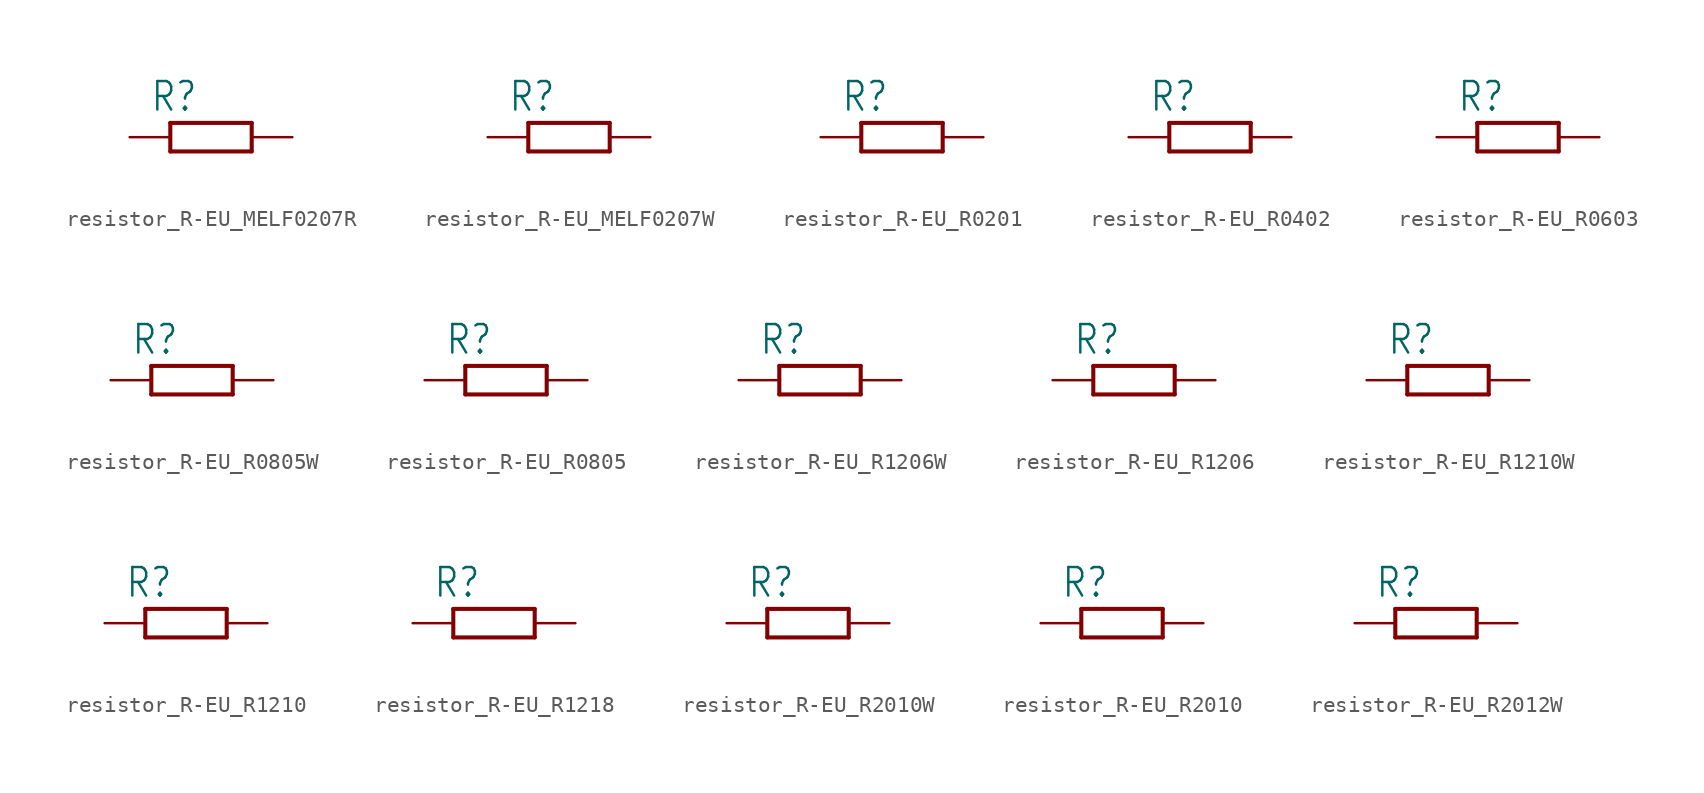
<source format=kicad_sym>
(kicad_symbol_lib
  (version 20220914)
  (generator kicad_symbol_editor)
  (symbol "resistor_R-EU_MELF0207R"
    (property "Reference" "R"
      (at -3.81 1.499 0)
      (effects (font (size 1.778 1.511)) (justify left bottom)))
    (property "Value" ""
      (at -3.81 -3.302 0)
      (effects (font (size 1.778 1.511)) (justify left bottom)))
    (property "ki_locked" ""
      (at 0 0 0)
      (effects (font (size 1.27 1.27))))
    (symbol "resistor_R-EU_MELF0207R_1_0"
      (polyline (pts (xy -2.54 -0.889) (xy -2.54 0.889)) (stroke (width 0.254) (type solid)) (fill (type none)))
      (polyline (pts (xy -2.54 -0.889) (xy 2.54 -0.889)) (stroke (width 0.254) (type solid)) (fill (type none)))
      (polyline (pts (xy 2.54 -0.889) (xy 2.54 0.889)) (stroke (width 0.254) (type solid)) (fill (type none)))
      (polyline (pts (xy 2.54 0.889) (xy -2.54 0.889)) (stroke (width 0.254) (type solid)) (fill (type none)))
      (pin passive line (at -5.08 0 0) (length 2.54) (name "1" (effects (font (size 0 0)))) (number "1" (effects (font (size 0 0)))))
      (pin passive line (at 5.08 0 180) (length 2.54) (name "2" (effects (font (size 0 0)))) (number "2" (effects (font (size 0 0)))))))
  (symbol "resistor_R-EU_MELF0207W"
    (property "Reference" "R"
      (at -3.81 1.499 0)
      (effects (font (size 1.778 1.511)) (justify left bottom)))
    (property "Value" ""
      (at -3.81 -3.302 0)
      (effects (font (size 1.778 1.511)) (justify left bottom)))
    (property "ki_locked" ""
      (at 0 0 0)
      (effects (font (size 1.27 1.27))))
    (symbol "resistor_R-EU_MELF0207W_1_0"
      (polyline (pts (xy -2.54 -0.889) (xy -2.54 0.889)) (stroke (width 0.254) (type solid)) (fill (type none)))
      (polyline (pts (xy -2.54 -0.889) (xy 2.54 -0.889)) (stroke (width 0.254) (type solid)) (fill (type none)))
      (polyline (pts (xy 2.54 -0.889) (xy 2.54 0.889)) (stroke (width 0.254) (type solid)) (fill (type none)))
      (polyline (pts (xy 2.54 0.889) (xy -2.54 0.889)) (stroke (width 0.254) (type solid)) (fill (type none)))
      (pin passive line (at -5.08 0 0) (length 2.54) (name "1" (effects (font (size 0 0)))) (number "1" (effects (font (size 0 0)))))
      (pin passive line (at 5.08 0 180) (length 2.54) (name "2" (effects (font (size 0 0)))) (number "2" (effects (font (size 0 0)))))))
  (symbol "resistor_R-EU_R0201"
    (property "Reference" "R"
      (at -3.81 1.499 0)
      (effects (font (size 1.778 1.511)) (justify left bottom)))
    (property "Value" ""
      (at -3.81 -3.302 0)
      (effects (font (size 1.778 1.511)) (justify left bottom)))
    (property "ki_locked" ""
      (at 0 0 0)
      (effects (font (size 1.27 1.27))))
    (symbol "resistor_R-EU_R0201_1_0"
      (polyline (pts (xy -2.54 -0.889) (xy -2.54 0.889)) (stroke (width 0.254) (type solid)) (fill (type none)))
      (polyline (pts (xy -2.54 -0.889) (xy 2.54 -0.889)) (stroke (width 0.254) (type solid)) (fill (type none)))
      (polyline (pts (xy 2.54 -0.889) (xy 2.54 0.889)) (stroke (width 0.254) (type solid)) (fill (type none)))
      (polyline (pts (xy 2.54 0.889) (xy -2.54 0.889)) (stroke (width 0.254) (type solid)) (fill (type none)))
      (pin passive line (at -5.08 0 0) (length 2.54) (name "1" (effects (font (size 0 0)))) (number "1" (effects (font (size 0 0)))))
      (pin passive line (at 5.08 0 180) (length 2.54) (name "2" (effects (font (size 0 0)))) (number "2" (effects (font (size 0 0)))))))
  (symbol "resistor_R-EU_R0402"
    (property "Reference" "R"
      (at -3.81 1.499 0)
      (effects (font (size 1.778 1.511)) (justify left bottom)))
    (property "Value" ""
      (at -3.81 -3.302 0)
      (effects (font (size 1.778 1.511)) (justify left bottom)))
    (property "ki_locked" ""
      (at 0 0 0)
      (effects (font (size 1.27 1.27))))
    (symbol "resistor_R-EU_R0402_1_0"
      (polyline (pts (xy -2.54 -0.889) (xy -2.54 0.889)) (stroke (width 0.254) (type solid)) (fill (type none)))
      (polyline (pts (xy -2.54 -0.889) (xy 2.54 -0.889)) (stroke (width 0.254) (type solid)) (fill (type none)))
      (polyline (pts (xy 2.54 -0.889) (xy 2.54 0.889)) (stroke (width 0.254) (type solid)) (fill (type none)))
      (polyline (pts (xy 2.54 0.889) (xy -2.54 0.889)) (stroke (width 0.254) (type solid)) (fill (type none)))
      (pin passive line (at -5.08 0 0) (length 2.54) (name "1" (effects (font (size 0 0)))) (number "1" (effects (font (size 0 0)))))
      (pin passive line (at 5.08 0 180) (length 2.54) (name "2" (effects (font (size 0 0)))) (number "2" (effects (font (size 0 0)))))))
  (symbol "resistor_R-EU_R0603"
    (property "Reference" "R"
      (at -3.81 1.499 0)
      (effects (font (size 1.778 1.511)) (justify left bottom)))
    (property "Value" ""
      (at -3.81 -3.302 0)
      (effects (font (size 1.778 1.511)) (justify left bottom)))
    (property "ki_locked" ""
      (at 0 0 0)
      (effects (font (size 1.27 1.27))))
    (symbol "resistor_R-EU_R0603_1_0"
      (polyline (pts (xy -2.54 -0.889) (xy -2.54 0.889)) (stroke (width 0.254) (type solid)) (fill (type none)))
      (polyline (pts (xy -2.54 -0.889) (xy 2.54 -0.889)) (stroke (width 0.254) (type solid)) (fill (type none)))
      (polyline (pts (xy 2.54 -0.889) (xy 2.54 0.889)) (stroke (width 0.254) (type solid)) (fill (type none)))
      (polyline (pts (xy 2.54 0.889) (xy -2.54 0.889)) (stroke (width 0.254) (type solid)) (fill (type none)))
      (pin passive line (at -5.08 0 0) (length 2.54) (name "1" (effects (font (size 0 0)))) (number "1" (effects (font (size 0 0)))))
      (pin passive line (at 5.08 0 180) (length 2.54) (name "2" (effects (font (size 0 0)))) (number "2" (effects (font (size 0 0)))))))
  (symbol "resistor_R-EU_R0805W"
    (property "Reference" "R"
      (at -3.81 1.499 0)
      (effects (font (size 1.778 1.511)) (justify left bottom)))
    (property "Value" ""
      (at -3.81 -3.302 0)
      (effects (font (size 1.778 1.511)) (justify left bottom)))
    (property "ki_locked" ""
      (at 0 0 0)
      (effects (font (size 1.27 1.27))))
    (symbol "resistor_R-EU_R0805W_1_0"
      (polyline (pts (xy -2.54 -0.889) (xy -2.54 0.889)) (stroke (width 0.254) (type solid)) (fill (type none)))
      (polyline (pts (xy -2.54 -0.889) (xy 2.54 -0.889)) (stroke (width 0.254) (type solid)) (fill (type none)))
      (polyline (pts (xy 2.54 -0.889) (xy 2.54 0.889)) (stroke (width 0.254) (type solid)) (fill (type none)))
      (polyline (pts (xy 2.54 0.889) (xy -2.54 0.889)) (stroke (width 0.254) (type solid)) (fill (type none)))
      (pin passive line (at -5.08 0 0) (length 2.54) (name "1" (effects (font (size 0 0)))) (number "1" (effects (font (size 0 0)))))
      (pin passive line (at 5.08 0 180) (length 2.54) (name "2" (effects (font (size 0 0)))) (number "2" (effects (font (size 0 0)))))))
  (symbol "resistor_R-EU_R0805"
    (property "Reference" "R"
      (at -3.81 1.499 0)
      (effects (font (size 1.778 1.511)) (justify left bottom)))
    (property "Value" ""
      (at -3.81 -3.302 0)
      (effects (font (size 1.778 1.511)) (justify left bottom)))
    (property "ki_locked" ""
      (at 0 0 0)
      (effects (font (size 1.27 1.27))))
    (symbol "resistor_R-EU_R0805_1_0"
      (polyline (pts (xy -2.54 -0.889) (xy -2.54 0.889)) (stroke (width 0.254) (type solid)) (fill (type none)))
      (polyline (pts (xy -2.54 -0.889) (xy 2.54 -0.889)) (stroke (width 0.254) (type solid)) (fill (type none)))
      (polyline (pts (xy 2.54 -0.889) (xy 2.54 0.889)) (stroke (width 0.254) (type solid)) (fill (type none)))
      (polyline (pts (xy 2.54 0.889) (xy -2.54 0.889)) (stroke (width 0.254) (type solid)) (fill (type none)))
      (pin passive line (at -5.08 0 0) (length 2.54) (name "1" (effects (font (size 0 0)))) (number "1" (effects (font (size 0 0)))))
      (pin passive line (at 5.08 0 180) (length 2.54) (name "2" (effects (font (size 0 0)))) (number "2" (effects (font (size 0 0)))))))
  (symbol "resistor_R-EU_R1206W"
    (property "Reference" "R"
      (at -3.81 1.499 0)
      (effects (font (size 1.778 1.511)) (justify left bottom)))
    (property "Value" ""
      (at -3.81 -3.302 0)
      (effects (font (size 1.778 1.511)) (justify left bottom)))
    (property "ki_locked" ""
      (at 0 0 0)
      (effects (font (size 1.27 1.27))))
    (symbol "resistor_R-EU_R1206W_1_0"
      (polyline (pts (xy -2.54 -0.889) (xy -2.54 0.889)) (stroke (width 0.254) (type solid)) (fill (type none)))
      (polyline (pts (xy -2.54 -0.889) (xy 2.54 -0.889)) (stroke (width 0.254) (type solid)) (fill (type none)))
      (polyline (pts (xy 2.54 -0.889) (xy 2.54 0.889)) (stroke (width 0.254) (type solid)) (fill (type none)))
      (polyline (pts (xy 2.54 0.889) (xy -2.54 0.889)) (stroke (width 0.254) (type solid)) (fill (type none)))
      (pin passive line (at -5.08 0 0) (length 2.54) (name "1" (effects (font (size 0 0)))) (number "1" (effects (font (size 0 0)))))
      (pin passive line (at 5.08 0 180) (length 2.54) (name "2" (effects (font (size 0 0)))) (number "2" (effects (font (size 0 0)))))))
  (symbol "resistor_R-EU_R1206"
    (property "Reference" "R"
      (at -3.81 1.499 0)
      (effects (font (size 1.778 1.511)) (justify left bottom)))
    (property "Value" ""
      (at -3.81 -3.302 0)
      (effects (font (size 1.778 1.511)) (justify left bottom)))
    (property "ki_locked" ""
      (at 0 0 0)
      (effects (font (size 1.27 1.27))))
    (symbol "resistor_R-EU_R1206_1_0"
      (polyline (pts (xy -2.54 -0.889) (xy -2.54 0.889)) (stroke (width 0.254) (type solid)) (fill (type none)))
      (polyline (pts (xy -2.54 -0.889) (xy 2.54 -0.889)) (stroke (width 0.254) (type solid)) (fill (type none)))
      (polyline (pts (xy 2.54 -0.889) (xy 2.54 0.889)) (stroke (width 0.254) (type solid)) (fill (type none)))
      (polyline (pts (xy 2.54 0.889) (xy -2.54 0.889)) (stroke (width 0.254) (type solid)) (fill (type none)))
      (pin passive line (at -5.08 0 0) (length 2.54) (name "1" (effects (font (size 0 0)))) (number "1" (effects (font (size 0 0)))))
      (pin passive line (at 5.08 0 180) (length 2.54) (name "2" (effects (font (size 0 0)))) (number "2" (effects (font (size 0 0)))))))
  (symbol "resistor_R-EU_R1210W"
    (property "Reference" "R"
      (at -3.81 1.499 0)
      (effects (font (size 1.778 1.511)) (justify left bottom)))
    (property "Value" ""
      (at -3.81 -3.302 0)
      (effects (font (size 1.778 1.511)) (justify left bottom)))
    (property "ki_locked" ""
      (at 0 0 0)
      (effects (font (size 1.27 1.27))))
    (symbol "resistor_R-EU_R1210W_1_0"
      (polyline (pts (xy -2.54 -0.889) (xy -2.54 0.889)) (stroke (width 0.254) (type solid)) (fill (type none)))
      (polyline (pts (xy -2.54 -0.889) (xy 2.54 -0.889)) (stroke (width 0.254) (type solid)) (fill (type none)))
      (polyline (pts (xy 2.54 -0.889) (xy 2.54 0.889)) (stroke (width 0.254) (type solid)) (fill (type none)))
      (polyline (pts (xy 2.54 0.889) (xy -2.54 0.889)) (stroke (width 0.254) (type solid)) (fill (type none)))
      (pin passive line (at -5.08 0 0) (length 2.54) (name "1" (effects (font (size 0 0)))) (number "1" (effects (font (size 0 0)))))
      (pin passive line (at 5.08 0 180) (length 2.54) (name "2" (effects (font (size 0 0)))) (number "2" (effects (font (size 0 0)))))))
  (symbol "resistor_R-EU_R1210"
    (property "Reference" "R"
      (at -3.81 1.499 0)
      (effects (font (size 1.778 1.511)) (justify left bottom)))
    (property "Value" ""
      (at -3.81 -3.302 0)
      (effects (font (size 1.778 1.511)) (justify left bottom)))
    (property "ki_locked" ""
      (at 0 0 0)
      (effects (font (size 1.27 1.27))))
    (symbol "resistor_R-EU_R1210_1_0"
      (polyline (pts (xy -2.54 -0.889) (xy -2.54 0.889)) (stroke (width 0.254) (type solid)) (fill (type none)))
      (polyline (pts (xy -2.54 -0.889) (xy 2.54 -0.889)) (stroke (width 0.254) (type solid)) (fill (type none)))
      (polyline (pts (xy 2.54 -0.889) (xy 2.54 0.889)) (stroke (width 0.254) (type solid)) (fill (type none)))
      (polyline (pts (xy 2.54 0.889) (xy -2.54 0.889)) (stroke (width 0.254) (type solid)) (fill (type none)))
      (pin passive line (at -5.08 0 0) (length 2.54) (name "1" (effects (font (size 0 0)))) (number "1" (effects (font (size 0 0)))))
      (pin passive line (at 5.08 0 180) (length 2.54) (name "2" (effects (font (size 0 0)))) (number "2" (effects (font (size 0 0)))))))
  (symbol "resistor_R-EU_R1218"
    (property "Reference" "R"
      (at -3.81 1.499 0)
      (effects (font (size 1.778 1.511)) (justify left bottom)))
    (property "Value" ""
      (at -3.81 -3.302 0)
      (effects (font (size 1.778 1.511)) (justify left bottom)))
    (property "ki_locked" ""
      (at 0 0 0)
      (effects (font (size 1.27 1.27))))
    (symbol "resistor_R-EU_R1218_1_0"
      (polyline (pts (xy -2.54 -0.889) (xy -2.54 0.889)) (stroke (width 0.254) (type solid)) (fill (type none)))
      (polyline (pts (xy -2.54 -0.889) (xy 2.54 -0.889)) (stroke (width 0.254) (type solid)) (fill (type none)))
      (polyline (pts (xy 2.54 -0.889) (xy 2.54 0.889)) (stroke (width 0.254) (type solid)) (fill (type none)))
      (polyline (pts (xy 2.54 0.889) (xy -2.54 0.889)) (stroke (width 0.254) (type solid)) (fill (type none)))
      (pin passive line (at -5.08 0 0) (length 2.54) (name "1" (effects (font (size 0 0)))) (number "1" (effects (font (size 0 0)))))
      (pin passive line (at 5.08 0 180) (length 2.54) (name "2" (effects (font (size 0 0)))) (number "2" (effects (font (size 0 0)))))))
  (symbol "resistor_R-EU_R2010W"
    (property "Reference" "R"
      (at -3.81 1.499 0)
      (effects (font (size 1.778 1.511)) (justify left bottom)))
    (property "Value" ""
      (at -3.81 -3.302 0)
      (effects (font (size 1.778 1.511)) (justify left bottom)))
    (property "ki_locked" ""
      (at 0 0 0)
      (effects (font (size 1.27 1.27))))
    (symbol "resistor_R-EU_R2010W_1_0"
      (polyline (pts (xy -2.54 -0.889) (xy -2.54 0.889)) (stroke (width 0.254) (type solid)) (fill (type none)))
      (polyline (pts (xy -2.54 -0.889) (xy 2.54 -0.889)) (stroke (width 0.254) (type solid)) (fill (type none)))
      (polyline (pts (xy 2.54 -0.889) (xy 2.54 0.889)) (stroke (width 0.254) (type solid)) (fill (type none)))
      (polyline (pts (xy 2.54 0.889) (xy -2.54 0.889)) (stroke (width 0.254) (type solid)) (fill (type none)))
      (pin passive line (at -5.08 0 0) (length 2.54) (name "1" (effects (font (size 0 0)))) (number "1" (effects (font (size 0 0)))))
      (pin passive line (at 5.08 0 180) (length 2.54) (name "2" (effects (font (size 0 0)))) (number "2" (effects (font (size 0 0)))))))
  (symbol "resistor_R-EU_R2010"
    (property "Reference" "R"
      (at -3.81 1.499 0)
      (effects (font (size 1.778 1.511)) (justify left bottom)))
    (property "Value" ""
      (at -3.81 -3.302 0)
      (effects (font (size 1.778 1.511)) (justify left bottom)))
    (property "ki_locked" ""
      (at 0 0 0)
      (effects (font (size 1.27 1.27))))
    (symbol "resistor_R-EU_R2010_1_0"
      (polyline (pts (xy -2.54 -0.889) (xy -2.54 0.889)) (stroke (width 0.254) (type solid)) (fill (type none)))
      (polyline (pts (xy -2.54 -0.889) (xy 2.54 -0.889)) (stroke (width 0.254) (type solid)) (fill (type none)))
      (polyline (pts (xy 2.54 -0.889) (xy 2.54 0.889)) (stroke (width 0.254) (type solid)) (fill (type none)))
      (polyline (pts (xy 2.54 0.889) (xy -2.54 0.889)) (stroke (width 0.254) (type solid)) (fill (type none)))
      (pin passive line (at -5.08 0 0) (length 2.54) (name "1" (effects (font (size 0 0)))) (number "1" (effects (font (size 0 0)))))
      (pin passive line (at 5.08 0 180) (length 2.54) (name "2" (effects (font (size 0 0)))) (number "2" (effects (font (size 0 0)))))))
  (symbol "resistor_R-EU_R2012W"
    (property "Reference" "R"
      (at -3.81 1.499 0)
      (effects (font (size 1.778 1.511)) (justify left bottom)))
    (property "Value" ""
      (at -3.81 -3.302 0)
      (effects (font (size 1.778 1.511)) (justify left bottom)))
    (property "ki_locked" ""
      (at 0 0 0)
      (effects (font (size 1.27 1.27))))
    (symbol "resistor_R-EU_R2012W_1_0"
      (polyline (pts (xy -2.54 -0.889) (xy -2.54 0.889)) (stroke (width 0.254) (type solid)) (fill (type none)))
      (polyline (pts (xy -2.54 -0.889) (xy 2.54 -0.889)) (stroke (width 0.254) (type solid)) (fill (type none)))
      (polyline (pts (xy 2.54 -0.889) (xy 2.54 0.889)) (stroke (width 0.254) (type solid)) (fill (type none)))
      (polyline (pts (xy 2.54 0.889) (xy -2.54 0.889)) (stroke (width 0.254) (type solid)) (fill (type none)))
      (pin passive line (at -5.08 0 0) (length 2.54) (name "1" (effects (font (size 0 0)))) (number "1" (effects (font (size 0 0)))))
      (pin passive line (at 5.08 0 180) (length 2.54) (name "2" (effects (font (size 0 0)))) (number "2" (effects (font (size 0 0))))))))
</source>
